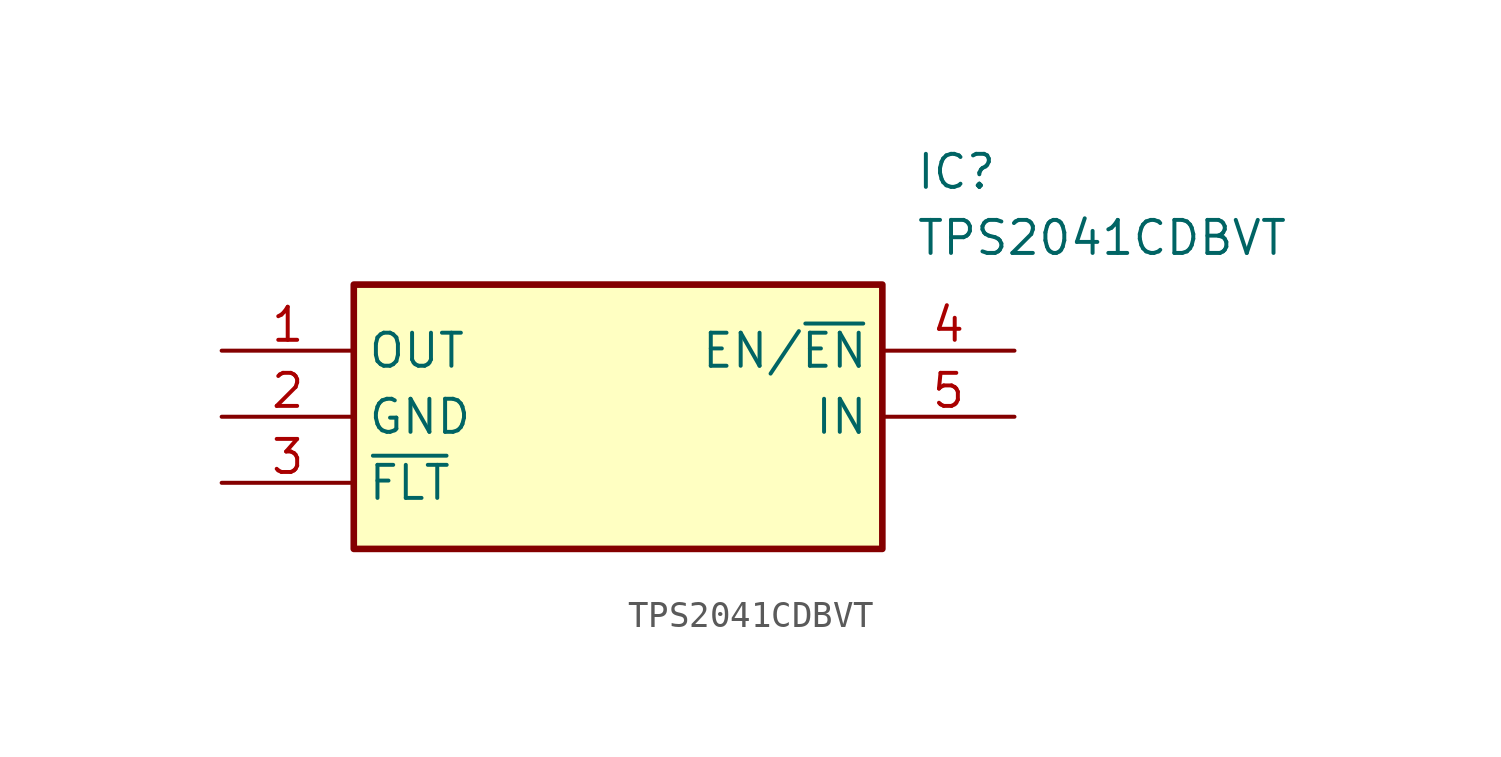
<source format=kicad_sym>
(kicad_symbol_lib
  (version 20241209)
  (generator "kicad_symbol_editor")
  (generator_version "9.0")
  (symbol "TPS2041CDBVT"
    (property "Reference" "IC"
      (at 26.67 7.62 0)
      (effects (font (size 1.27 1.27)) (justify left top)))
    (property "Value" "TPS2041CDBVT"
      (at 26.67 5.08 0)
      (effects (font (size 1.27 1.27)) (justify left top)))
    (symbol "TPS2041CDBVT_1_1"
      (rectangle (start 5.08 2.54) (end 25.4 -7.62) (stroke (width 0.254) (type default)) (fill (type background)))
      (pin passive line (at 0 0 0) (length 5.08) (name "OUT" (effects (font (size 1.27 1.27)))) (number "1" (effects (font (size 1.27 1.27)))))
      (pin passive line (at 0 -2.54 0) (length 5.08) (name "GND" (effects (font (size 1.27 1.27)))) (number "2" (effects (font (size 1.27 1.27)))))
      (pin passive line (at 0 -5.08 0) (length 5.08) (name "~{FLT}" (effects (font (size 1.27 1.27)))) (number "3" (effects (font (size 1.27 1.27)))))
      (pin passive line (at 30.48 0 180) (length 5.08) (name "EN/~{EN}" (effects (font (size 1.27 1.27)))) (number "4" (effects (font (size 1.27 1.27)))))
      (pin passive line (at 30.48 -2.54 180) (length 5.08) (name "IN" (effects (font (size 1.27 1.27)))) (number "5" (effects (font (size 1.27 1.27))))))))
</source>
